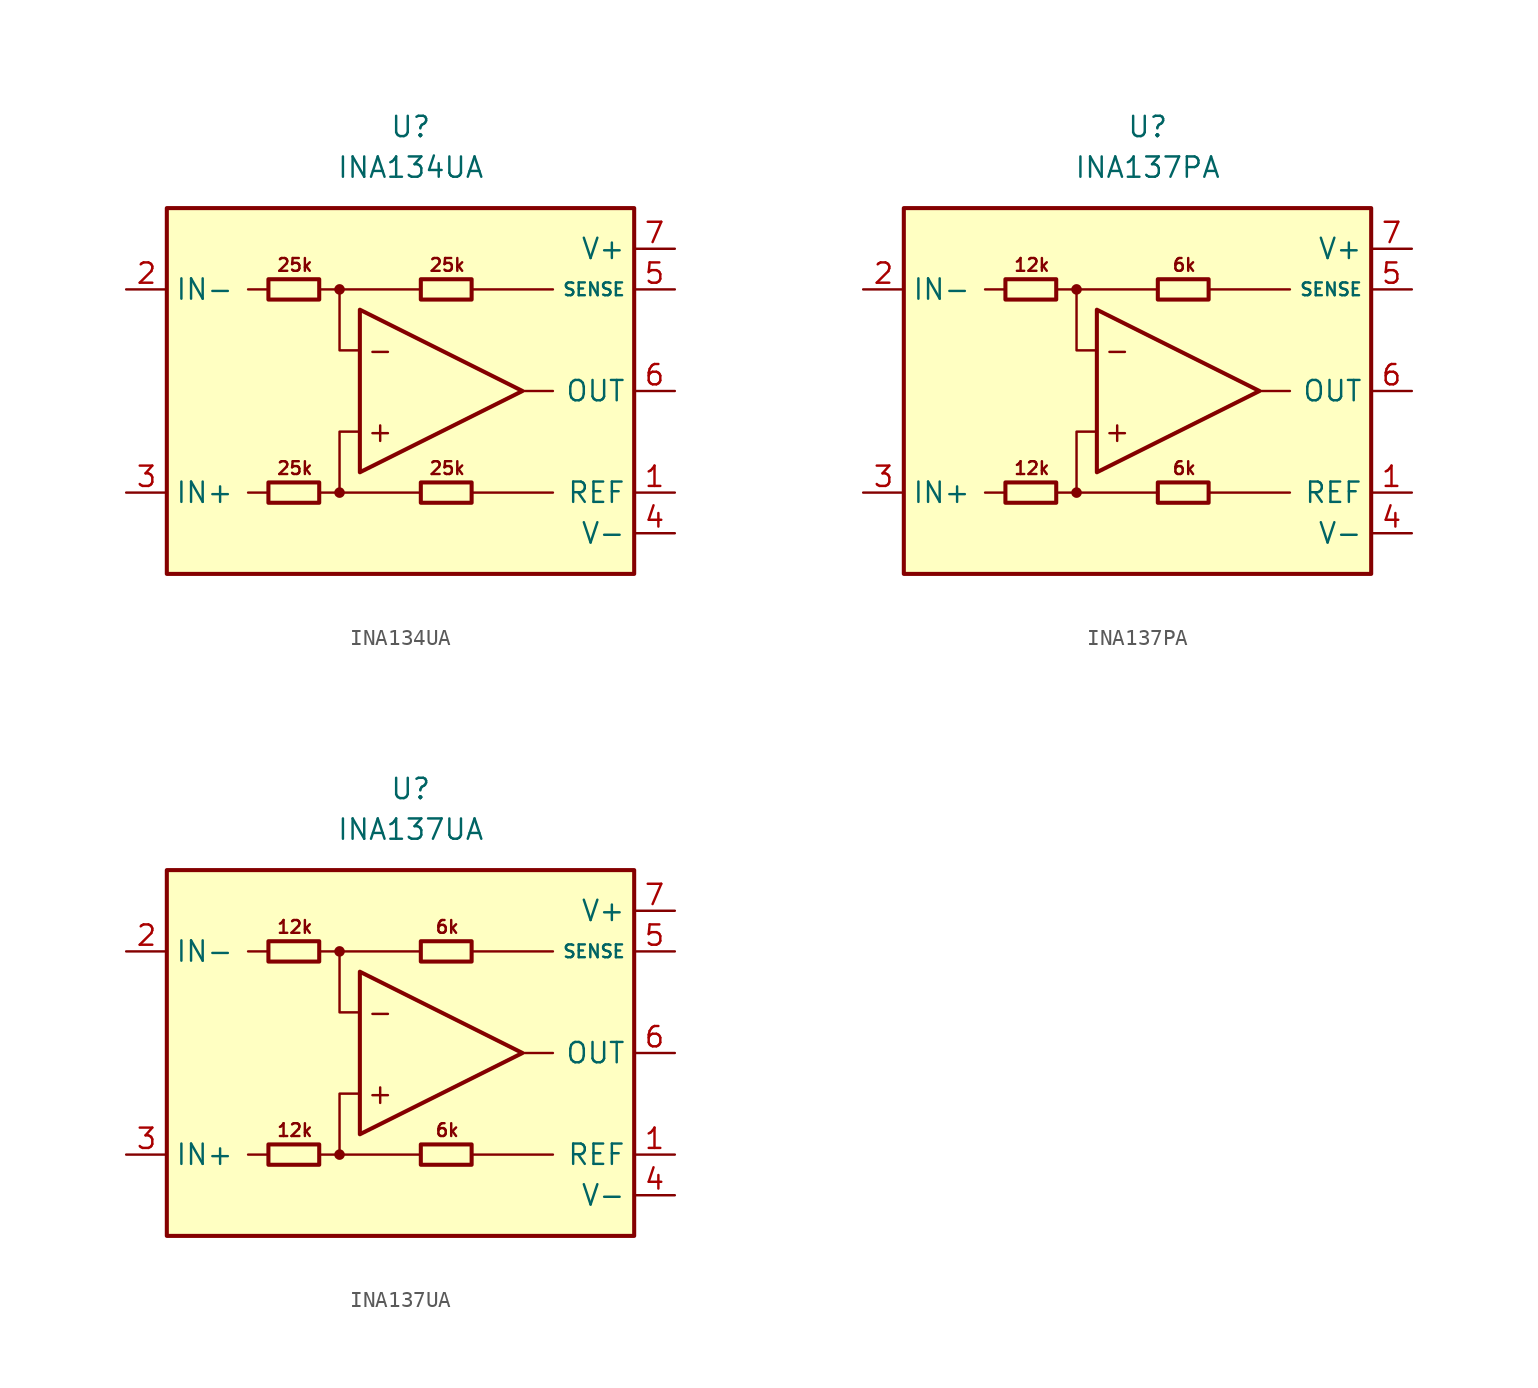
<source format=kicad_sym>
(kicad_symbol_lib
  (version 20211014)
  (generator kicad_symbol_editor)
  (symbol "INA134UA"
    (property "Reference" "U"
      (at 0 16.51 0)
      (effects (font (size 1.27 1.27))))
    (property "Value" "INA134UA"
      (at 0 13.97 0)
      (effects (font (size 1.27 1.27))))
    (symbol "INA134UA_0_0"
      (rectangle (start -15.24 11.43) (end 13.97 -11.43) (stroke (width 0.254) (type default) (color 0 0 0 0)) (fill (type background)))
      (circle (center -4.445 -6.35) (radius 0.254) (stroke (width 0.152) (type default) (color 0 0 0 0)) (fill (type outline)))
      (circle (center -4.445 6.35) (radius 0.254) (stroke (width 0.152) (type default) (color 0 0 0 0)) (fill (type outline)))
      (polyline (pts (xy -8.89 -6.35) (xy -10.16 -6.35)) (stroke (width 0.152) (type default) (color 0 0 0 0)) (fill (type none)))
      (polyline (pts (xy -8.89 6.35) (xy -10.16 6.35)) (stroke (width 0.152) (type default) (color 0 0 0 0)) (fill (type none)))
      (polyline (pts (xy -4.445 6.35) (xy 0.635 6.35)) (stroke (width 0.152) (type default) (color 0 0 0 0)) (fill (type none)))
      (polyline (pts (xy 0.635 -6.35) (xy -4.445 -6.35)) (stroke (width 0.152) (type default) (color 0 0 0 0)) (fill (type none)))
      (polyline (pts (xy 3.81 -6.35) (xy 8.89 -6.35)) (stroke (width 0.152) (type default) (color 0 0 0 0)) (fill (type none)))
      (polyline (pts (xy 3.81 6.35) (xy 8.89 6.35)) (stroke (width 0.152) (type default) (color 0 0 0 0)) (fill (type none)))
      (polyline (pts (xy 8.89 0) (xy 6.985 0)) (stroke (width 0.152) (type default) (color 0 0 0 0)) (fill (type none)))
      (polyline (pts (xy -5.715 -6.35) (xy -4.445 -6.35) (xy -4.445 -2.54) (xy -3.175 -2.54)) (stroke (width 0.152) (type default) (color 0 0 0 0)) (fill (type none)))
      (polyline (pts (xy -3.175 2.54) (xy -4.445 2.54) (xy -4.445 6.35) (xy -5.715 6.35)) (stroke (width 0.152) (type default) (color 0 0 0 0)) (fill (type none)))
      (text "+" (at -1.905 -2.54 0) (effects (font (size 1.27 1.27))))
      (text "-" (at -1.905 2.54 0) (effects (font (size 1.27 1.27))))
      (text "25k" (at -7.239 -4.826 0) (effects (font (size 0.8 0.8))))
      (text "25k" (at -7.239 7.874 0) (effects (font (size 0.8 0.8))))
      (text "25k" (at 2.286 -4.826 0) (effects (font (size 0.8 0.8))))
      (text "25k" (at 2.286 7.874 0) (effects (font (size 0.8 0.8)))))
    (symbol "INA134UA_0_1"
      (rectangle (start -8.89 -5.715) (end -5.715 -6.985) (stroke (width 0.254) (type default) (color 0 0 0 0)) (fill (type none)))
      (rectangle (start -8.89 6.985) (end -5.715 5.715) (stroke (width 0.254) (type default) (color 0 0 0 0)) (fill (type none)))
      (polyline (pts (xy -3.175 5.08) (xy -3.175 -5.08) (xy 6.985 0) (xy -3.175 5.08)) (stroke (width 0.254) (type default) (color 0 0 0 0)) (fill (type none)))
      (rectangle (start 0.635 -5.715) (end 3.81 -6.985) (stroke (width 0.254) (type default) (color 0 0 0 0)) (fill (type none)))
      (rectangle (start 0.635 6.985) (end 3.81 5.715) (stroke (width 0.254) (type default) (color 0 0 0 0)) (fill (type none))))
    (symbol "INA134UA_1_1"
      (pin input line (at 16.51 -6.35 180) (length 2.54) (name "REF" (effects (font (size 1.27 1.27)))) (number "1" (effects (font (size 1.27 1.27)))))
      (pin input line (at -17.78 6.35 0) (length 2.54) (name "IN-" (effects (font (size 1.27 1.27)))) (number "2" (effects (font (size 1.27 1.27)))))
      (pin input line (at -17.78 -6.35 0) (length 2.54) (name "IN+" (effects (font (size 1.27 1.27)))) (number "3" (effects (font (size 1.27 1.27)))))
      (pin power_in line (at 16.51 -8.89 180) (length 2.54) (name "V-" (effects (font (size 1.27 1.27)))) (number "4" (effects (font (size 1.27 1.27)))))
      (pin input line (at 16.51 6.35 180) (length 2.54) (name "SENSE" (effects (font (size 0.8 0.8)))) (number "5" (effects (font (size 1.27 1.27)))))
      (pin output line (at 16.51 0 180) (length 2.54) (name "OUT" (effects (font (size 1.27 1.27)))) (number "6" (effects (font (size 1.27 1.27)))))
      (pin power_in line (at 16.51 8.89 180) (length 2.54) (name "V+" (effects (font (size 1.27 1.27)))) (number "7" (effects (font (size 1.27 1.27)))))
      (pin no_connect line (at -10.16 0 0) (length 2.54) hide (name "NC" (effects (font (size 1.27 1.27)))) (number "8" (effects (font (size 1.27 1.27)))))))
  (symbol "INA137PA"
    (property "Reference" "U"
      (at 0 16.51 0)
      (effects (font (size 1.27 1.27))))
    (property "Value" "INA137PA"
      (at 0 13.97 0)
      (effects (font (size 1.27 1.27))))
    (symbol "INA137PA_0_0"
      (rectangle (start -15.24 11.43) (end 13.97 -11.43) (stroke (width 0.254) (type default) (color 0 0 0 0)) (fill (type background)))
      (circle (center -4.445 -6.35) (radius 0.254) (stroke (width 0.152) (type default) (color 0 0 0 0)) (fill (type outline)))
      (circle (center -4.445 6.35) (radius 0.254) (stroke (width 0.152) (type default) (color 0 0 0 0)) (fill (type outline)))
      (polyline (pts (xy -8.89 -6.35) (xy -10.16 -6.35)) (stroke (width 0.152) (type default) (color 0 0 0 0)) (fill (type none)))
      (polyline (pts (xy -8.89 6.35) (xy -10.16 6.35)) (stroke (width 0.152) (type default) (color 0 0 0 0)) (fill (type none)))
      (polyline (pts (xy -4.445 6.35) (xy 0.635 6.35)) (stroke (width 0.152) (type default) (color 0 0 0 0)) (fill (type none)))
      (polyline (pts (xy 0.635 -6.35) (xy -4.445 -6.35)) (stroke (width 0.152) (type default) (color 0 0 0 0)) (fill (type none)))
      (polyline (pts (xy 3.81 -6.35) (xy 8.89 -6.35)) (stroke (width 0.152) (type default) (color 0 0 0 0)) (fill (type none)))
      (polyline (pts (xy 3.81 6.35) (xy 8.89 6.35)) (stroke (width 0.152) (type default) (color 0 0 0 0)) (fill (type none)))
      (polyline (pts (xy 8.89 0) (xy 6.985 0)) (stroke (width 0.152) (type default) (color 0 0 0 0)) (fill (type none)))
      (polyline (pts (xy -5.715 -6.35) (xy -4.445 -6.35) (xy -4.445 -2.54) (xy -3.175 -2.54)) (stroke (width 0.152) (type default) (color 0 0 0 0)) (fill (type none)))
      (polyline (pts (xy -3.175 2.54) (xy -4.445 2.54) (xy -4.445 6.35) (xy -5.715 6.35)) (stroke (width 0.152) (type default) (color 0 0 0 0)) (fill (type none)))
      (text "+" (at -1.905 -2.54 0) (effects (font (size 1.27 1.27))))
      (text "-" (at -1.905 2.54 0) (effects (font (size 1.27 1.27))))
      (text "12k" (at -7.239 -4.826 0) (effects (font (size 0.8 0.8))))
      (text "12k" (at -7.239 7.874 0) (effects (font (size 0.8 0.8))))
      (text "6k" (at 2.286 -4.826 0) (effects (font (size 0.8 0.8))))
      (text "6k" (at 2.286 7.874 0) (effects (font (size 0.8 0.8)))))
    (symbol "INA137PA_0_1"
      (rectangle (start -8.89 -5.715) (end -5.715 -6.985) (stroke (width 0.254) (type default) (color 0 0 0 0)) (fill (type none)))
      (rectangle (start -8.89 6.985) (end -5.715 5.715) (stroke (width 0.254) (type default) (color 0 0 0 0)) (fill (type none)))
      (polyline (pts (xy -3.175 5.08) (xy -3.175 -5.08) (xy 6.985 0) (xy -3.175 5.08)) (stroke (width 0.254) (type default) (color 0 0 0 0)) (fill (type none)))
      (rectangle (start 0.635 -5.715) (end 3.81 -6.985) (stroke (width 0.254) (type default) (color 0 0 0 0)) (fill (type none)))
      (rectangle (start 0.635 6.985) (end 3.81 5.715) (stroke (width 0.254) (type default) (color 0 0 0 0)) (fill (type none))))
    (symbol "INA137PA_1_1"
      (pin input line (at 16.51 -6.35 180) (length 2.54) (name "REF" (effects (font (size 1.27 1.27)))) (number "1" (effects (font (size 1.27 1.27)))))
      (pin input line (at -17.78 6.35 0) (length 2.54) (name "IN-" (effects (font (size 1.27 1.27)))) (number "2" (effects (font (size 1.27 1.27)))))
      (pin input line (at -17.78 -6.35 0) (length 2.54) (name "IN+" (effects (font (size 1.27 1.27)))) (number "3" (effects (font (size 1.27 1.27)))))
      (pin power_in line (at 16.51 -8.89 180) (length 2.54) (name "V-" (effects (font (size 1.27 1.27)))) (number "4" (effects (font (size 1.27 1.27)))))
      (pin input line (at 16.51 6.35 180) (length 2.54) (name "SENSE" (effects (font (size 0.8 0.8)))) (number "5" (effects (font (size 1.27 1.27)))))
      (pin output line (at 16.51 0 180) (length 2.54) (name "OUT" (effects (font (size 1.27 1.27)))) (number "6" (effects (font (size 1.27 1.27)))))
      (pin power_in line (at 16.51 8.89 180) (length 2.54) (name "V+" (effects (font (size 1.27 1.27)))) (number "7" (effects (font (size 1.27 1.27)))))
      (pin no_connect line (at -10.16 0 0) (length 2.54) hide (name "NC" (effects (font (size 1.27 1.27)))) (number "8" (effects (font (size 1.27 1.27)))))))
  (symbol "INA137UA"
    (property "Reference" "U"
      (at 0 16.51 0)
      (effects (font (size 1.27 1.27))))
    (property "Value" "INA137UA"
      (at 0 13.97 0)
      (effects (font (size 1.27 1.27))))
    (symbol "INA137UA_0_0"
      (rectangle (start -15.24 11.43) (end 13.97 -11.43) (stroke (width 0.254) (type default) (color 0 0 0 0)) (fill (type background)))
      (circle (center -4.445 -6.35) (radius 0.254) (stroke (width 0.152) (type default) (color 0 0 0 0)) (fill (type outline)))
      (circle (center -4.445 6.35) (radius 0.254) (stroke (width 0.152) (type default) (color 0 0 0 0)) (fill (type outline)))
      (polyline (pts (xy -8.89 -6.35) (xy -10.16 -6.35)) (stroke (width 0.152) (type default) (color 0 0 0 0)) (fill (type none)))
      (polyline (pts (xy -8.89 6.35) (xy -10.16 6.35)) (stroke (width 0.152) (type default) (color 0 0 0 0)) (fill (type none)))
      (polyline (pts (xy -4.445 6.35) (xy 0.635 6.35)) (stroke (width 0.152) (type default) (color 0 0 0 0)) (fill (type none)))
      (polyline (pts (xy 0.635 -6.35) (xy -4.445 -6.35)) (stroke (width 0.152) (type default) (color 0 0 0 0)) (fill (type none)))
      (polyline (pts (xy 3.81 -6.35) (xy 8.89 -6.35)) (stroke (width 0.152) (type default) (color 0 0 0 0)) (fill (type none)))
      (polyline (pts (xy 3.81 6.35) (xy 8.89 6.35)) (stroke (width 0.152) (type default) (color 0 0 0 0)) (fill (type none)))
      (polyline (pts (xy 8.89 0) (xy 6.985 0)) (stroke (width 0.152) (type default) (color 0 0 0 0)) (fill (type none)))
      (polyline (pts (xy -5.715 -6.35) (xy -4.445 -6.35) (xy -4.445 -2.54) (xy -3.175 -2.54)) (stroke (width 0.152) (type default) (color 0 0 0 0)) (fill (type none)))
      (polyline (pts (xy -3.175 2.54) (xy -4.445 2.54) (xy -4.445 6.35) (xy -5.715 6.35)) (stroke (width 0.152) (type default) (color 0 0 0 0)) (fill (type none)))
      (text "+" (at -1.905 -2.54 0) (effects (font (size 1.27 1.27))))
      (text "-" (at -1.905 2.54 0) (effects (font (size 1.27 1.27))))
      (text "12k" (at -7.239 -4.826 0) (effects (font (size 0.8 0.8))))
      (text "12k" (at -7.239 7.874 0) (effects (font (size 0.8 0.8))))
      (text "6k" (at 2.286 -4.826 0) (effects (font (size 0.8 0.8))))
      (text "6k" (at 2.286 7.874 0) (effects (font (size 0.8 0.8)))))
    (symbol "INA137UA_0_1"
      (rectangle (start -8.89 -5.715) (end -5.715 -6.985) (stroke (width 0.254) (type default) (color 0 0 0 0)) (fill (type none)))
      (rectangle (start -8.89 6.985) (end -5.715 5.715) (stroke (width 0.254) (type default) (color 0 0 0 0)) (fill (type none)))
      (polyline (pts (xy -3.175 5.08) (xy -3.175 -5.08) (xy 6.985 0) (xy -3.175 5.08)) (stroke (width 0.254) (type default) (color 0 0 0 0)) (fill (type none)))
      (rectangle (start 0.635 -5.715) (end 3.81 -6.985) (stroke (width 0.254) (type default) (color 0 0 0 0)) (fill (type none)))
      (rectangle (start 0.635 6.985) (end 3.81 5.715) (stroke (width 0.254) (type default) (color 0 0 0 0)) (fill (type none))))
    (symbol "INA137UA_1_1"
      (pin input line (at 16.51 -6.35 180) (length 2.54) (name "REF" (effects (font (size 1.27 1.27)))) (number "1" (effects (font (size 1.27 1.27)))))
      (pin input line (at -17.78 6.35 0) (length 2.54) (name "IN-" (effects (font (size 1.27 1.27)))) (number "2" (effects (font (size 1.27 1.27)))))
      (pin input line (at -17.78 -6.35 0) (length 2.54) (name "IN+" (effects (font (size 1.27 1.27)))) (number "3" (effects (font (size 1.27 1.27)))))
      (pin power_in line (at 16.51 -8.89 180) (length 2.54) (name "V-" (effects (font (size 1.27 1.27)))) (number "4" (effects (font (size 1.27 1.27)))))
      (pin input line (at 16.51 6.35 180) (length 2.54) (name "SENSE" (effects (font (size 0.8 0.8)))) (number "5" (effects (font (size 1.27 1.27)))))
      (pin output line (at 16.51 0 180) (length 2.54) (name "OUT" (effects (font (size 1.27 1.27)))) (number "6" (effects (font (size 1.27 1.27)))))
      (pin power_in line (at 16.51 8.89 180) (length 2.54) (name "V+" (effects (font (size 1.27 1.27)))) (number "7" (effects (font (size 1.27 1.27)))))
      (pin no_connect line (at -10.16 0 0) (length 2.54) hide (name "NC" (effects (font (size 1.27 1.27)))) (number "8" (effects (font (size 1.27 1.27))))))))
</source>
